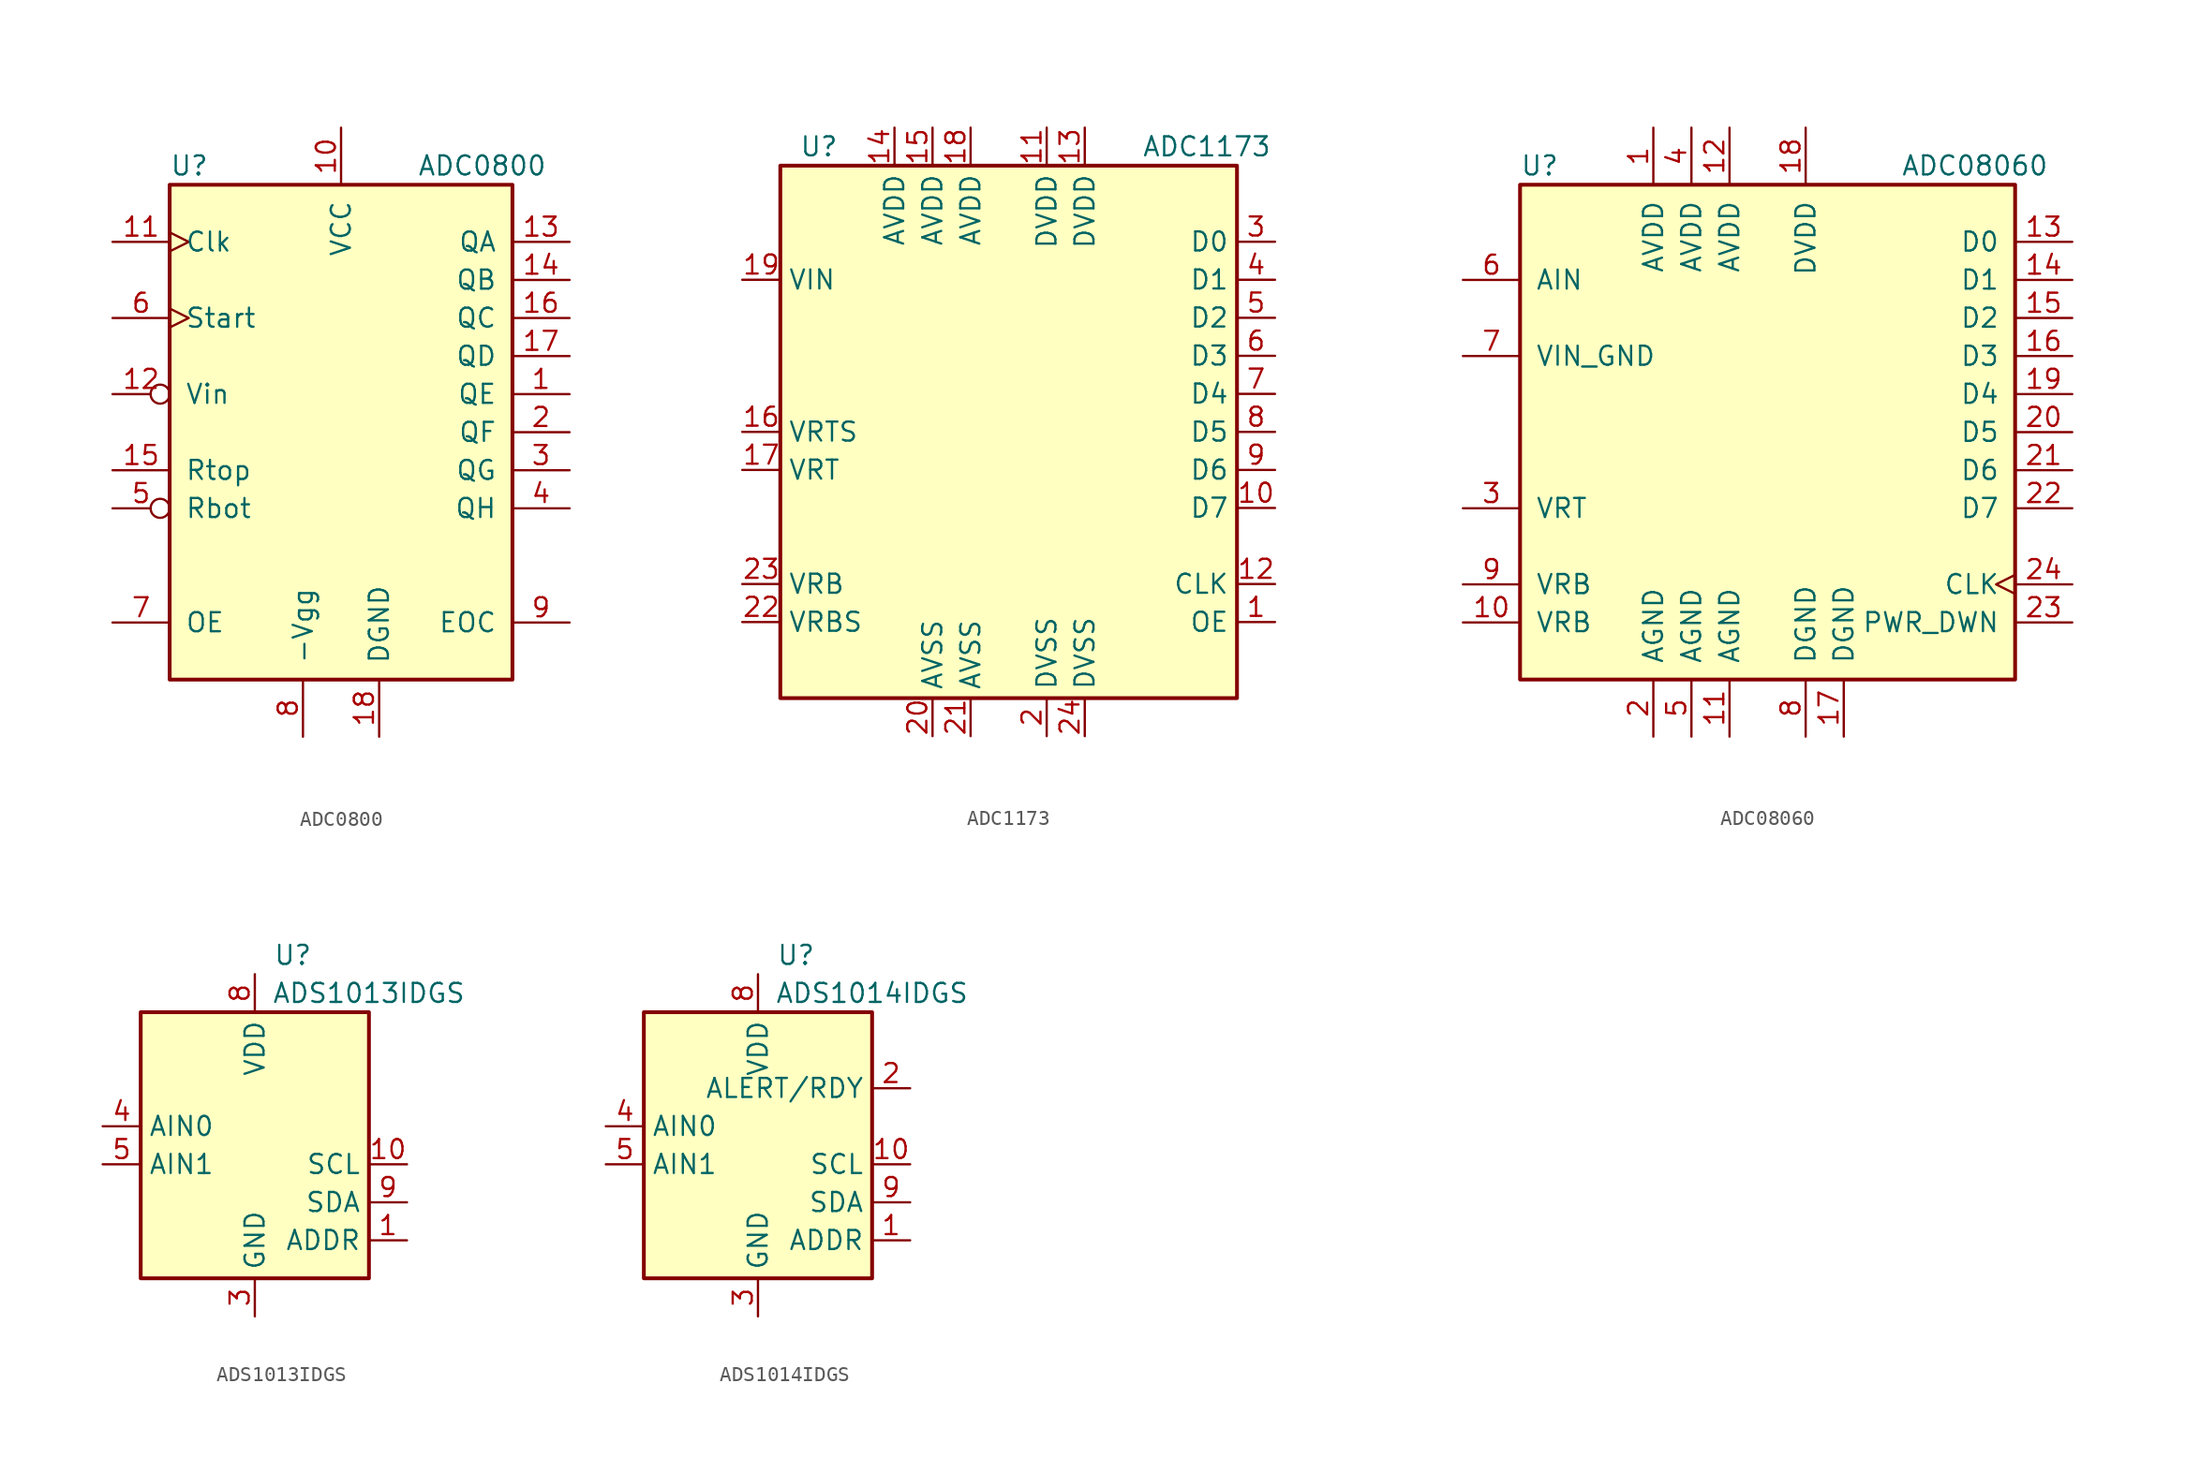
<source format=kicad_sym>
(kicad_symbol_lib
  (version 20201005)
  (generator kicad_symbol_editor)
  (symbol "ADC0800"
    (pin_names
      (offset 1.016))
    (property "Reference" "U"
      (at -11.43 17.78 0)
      (effects (font (size 1.27 1.27)) (justify left)))
    (property "Value" "ADC0800"
      (at 5.08 17.78 0)
      (effects (font (size 1.27 1.27)) (justify left)))
    (symbol "ADC0800_0_1"
      (rectangle (start -11.43 -16.51) (end 11.43 16.51) (stroke (width 0.254)) (fill (type background))))
    (symbol "ADC0800_1_1"
      (pin tri_state line (at 15.24 2.54 180) (length 3.81) (name "QE" (effects (font (size 1.27 1.27)))) (number "1" (effects (font (size 1.27 1.27)))))
      (pin power_in line (at 0 20.32 270) (length 3.81) (name "VCC" (effects (font (size 1.27 1.27)))) (number "10" (effects (font (size 1.27 1.27)))))
      (pin input clock (at -15.24 12.7 0) (length 3.81) (name "Clk" (effects (font (size 1.27 1.27)))) (number "11" (effects (font (size 1.27 1.27)))))
      (pin input inverted (at -15.24 2.54 0) (length 3.81) (name "Vin" (effects (font (size 1.27 1.27)))) (number "12" (effects (font (size 1.27 1.27)))))
      (pin tri_state line (at 15.24 12.7 180) (length 3.81) (name "QA" (effects (font (size 1.27 1.27)))) (number "13" (effects (font (size 1.27 1.27)))))
      (pin tri_state line (at 15.24 10.16 180) (length 3.81) (name "QB" (effects (font (size 1.27 1.27)))) (number "14" (effects (font (size 1.27 1.27)))))
      (pin input line (at -15.24 -2.54 0) (length 3.81) (name "Rtop" (effects (font (size 1.27 1.27)))) (number "15" (effects (font (size 1.27 1.27)))))
      (pin tri_state line (at 15.24 7.62 180) (length 3.81) (name "QC" (effects (font (size 1.27 1.27)))) (number "16" (effects (font (size 1.27 1.27)))))
      (pin tri_state line (at 15.24 5.08 180) (length 3.81) (name "QD" (effects (font (size 1.27 1.27)))) (number "17" (effects (font (size 1.27 1.27)))))
      (pin power_in line (at 2.54 -20.32 90) (length 3.81) (name "DGND" (effects (font (size 1.27 1.27)))) (number "18" (effects (font (size 1.27 1.27)))))
      (pin tri_state line (at 15.24 0 180) (length 3.81) (name "QF" (effects (font (size 1.27 1.27)))) (number "2" (effects (font (size 1.27 1.27)))))
      (pin tri_state line (at 15.24 -2.54 180) (length 3.81) (name "QG" (effects (font (size 1.27 1.27)))) (number "3" (effects (font (size 1.27 1.27)))))
      (pin tri_state line (at 15.24 -5.08 180) (length 3.81) (name "QH" (effects (font (size 1.27 1.27)))) (number "4" (effects (font (size 1.27 1.27)))))
      (pin input inverted (at -15.24 -5.08 0) (length 3.81) (name "Rbot" (effects (font (size 1.27 1.27)))) (number "5" (effects (font (size 1.27 1.27)))))
      (pin input clock (at -15.24 7.62 0) (length 3.81) (name "Start" (effects (font (size 1.27 1.27)))) (number "6" (effects (font (size 1.27 1.27)))))
      (pin input line (at -15.24 -12.7 0) (length 3.81) (name "OE" (effects (font (size 1.27 1.27)))) (number "7" (effects (font (size 1.27 1.27)))))
      (pin power_in line (at -2.54 -20.32 90) (length 3.81) (name "-Vgg" (effects (font (size 1.27 1.27)))) (number "8" (effects (font (size 1.27 1.27)))))
      (pin output line (at 15.24 -12.7 180) (length 3.81) (name "EOC" (effects (font (size 1.27 1.27)))) (number "9" (effects (font (size 1.27 1.27)))))))
  (symbol "ADC1173"
    (property "Reference" "U"
      (at -13.97 19.05 0)
      (effects (font (size 1.27 1.27)) (justify left)))
    (property "Value" "ADC1173"
      (at 8.89 19.05 0)
      (effects (font (size 1.27 1.27)) (justify left)))
    (symbol "ADC1173_0_1"
      (rectangle (start -15.24 17.78) (end 15.24 -17.78) (stroke (width 0.254)) (fill (type background))))
    (symbol "ADC1173_1_1"
      (pin input line (at 17.78 -12.7 180) (length 2.54) (name "OE" (effects (font (size 1.27 1.27)))) (number "1" (effects (font (size 1.27 1.27)))))
      (pin tri_state line (at 17.78 -5.08 180) (length 2.54) (name "D7" (effects (font (size 1.27 1.27)))) (number "10" (effects (font (size 1.27 1.27)))))
      (pin power_in line (at 2.54 20.32 270) (length 2.54) (name "DVDD" (effects (font (size 1.27 1.27)))) (number "11" (effects (font (size 1.27 1.27)))))
      (pin input line (at 17.78 -10.16 180) (length 2.54) (name "CLK" (effects (font (size 1.27 1.27)))) (number "12" (effects (font (size 1.27 1.27)))))
      (pin power_in line (at 5.08 20.32 270) (length 2.54) (name "DVDD" (effects (font (size 1.27 1.27)))) (number "13" (effects (font (size 1.27 1.27)))))
      (pin power_in line (at -7.62 20.32 270) (length 2.54) (name "AVDD" (effects (font (size 1.27 1.27)))) (number "14" (effects (font (size 1.27 1.27)))))
      (pin power_in line (at -5.08 20.32 270) (length 2.54) (name "AVDD" (effects (font (size 1.27 1.27)))) (number "15" (effects (font (size 1.27 1.27)))))
      (pin input line (at -17.78 0 0) (length 2.54) (name "VRTS" (effects (font (size 1.27 1.27)))) (number "16" (effects (font (size 1.27 1.27)))))
      (pin input line (at -17.78 -2.54 0) (length 2.54) (name "VRT" (effects (font (size 1.27 1.27)))) (number "17" (effects (font (size 1.27 1.27)))))
      (pin power_in line (at -2.54 20.32 270) (length 2.54) (name "AVDD" (effects (font (size 1.27 1.27)))) (number "18" (effects (font (size 1.27 1.27)))))
      (pin input line (at -17.78 10.16 0) (length 2.54) (name "VIN" (effects (font (size 1.27 1.27)))) (number "19" (effects (font (size 1.27 1.27)))))
      (pin power_in line (at 2.54 -20.32 90) (length 2.54) (name "DVSS" (effects (font (size 1.27 1.27)))) (number "2" (effects (font (size 1.27 1.27)))))
      (pin power_in line (at -5.08 -20.32 90) (length 2.54) (name "AVSS" (effects (font (size 1.27 1.27)))) (number "20" (effects (font (size 1.27 1.27)))))
      (pin power_in line (at -2.54 -20.32 90) (length 2.54) (name "AVSS" (effects (font (size 1.27 1.27)))) (number "21" (effects (font (size 1.27 1.27)))))
      (pin input line (at -17.78 -12.7 0) (length 2.54) (name "VRBS" (effects (font (size 1.27 1.27)))) (number "22" (effects (font (size 1.27 1.27)))))
      (pin input line (at -17.78 -10.16 0) (length 2.54) (name "VRB" (effects (font (size 1.27 1.27)))) (number "23" (effects (font (size 1.27 1.27)))))
      (pin power_in line (at 5.08 -20.32 90) (length 2.54) (name "DVSS" (effects (font (size 1.27 1.27)))) (number "24" (effects (font (size 1.27 1.27)))))
      (pin tri_state line (at 17.78 12.7 180) (length 2.54) (name "D0" (effects (font (size 1.27 1.27)))) (number "3" (effects (font (size 1.27 1.27)))))
      (pin tri_state line (at 17.78 10.16 180) (length 2.54) (name "D1" (effects (font (size 1.27 1.27)))) (number "4" (effects (font (size 1.27 1.27)))))
      (pin tri_state line (at 17.78 7.62 180) (length 2.54) (name "D2" (effects (font (size 1.27 1.27)))) (number "5" (effects (font (size 1.27 1.27)))))
      (pin tri_state line (at 17.78 5.08 180) (length 2.54) (name "D3" (effects (font (size 1.27 1.27)))) (number "6" (effects (font (size 1.27 1.27)))))
      (pin tri_state line (at 17.78 2.54 180) (length 2.54) (name "D4" (effects (font (size 1.27 1.27)))) (number "7" (effects (font (size 1.27 1.27)))))
      (pin tri_state line (at 17.78 0 180) (length 2.54) (name "D5" (effects (font (size 1.27 1.27)))) (number "8" (effects (font (size 1.27 1.27)))))
      (pin tri_state line (at 17.78 -2.54 180) (length 2.54) (name "D6" (effects (font (size 1.27 1.27)))) (number "9" (effects (font (size 1.27 1.27)))))))
  (symbol "ADC08060"
    (pin_names
      (offset 1.016))
    (property "Reference" "U"
      (at -16.51 17.78 0)
      (effects (font (size 1.27 1.27)) (justify left)))
    (property "Value" "ADC08060"
      (at 8.89 17.78 0)
      (effects (font (size 1.27 1.27)) (justify left)))
    (symbol "ADC08060_0_1"
      (rectangle (start -16.51 16.51) (end 16.51 -16.51) (stroke (width 0.254)) (fill (type background))))
    (symbol "ADC08060_1_1"
      (pin power_in line (at -7.62 20.32 270) (length 3.81) (name "AVDD" (effects (font (size 1.27 1.27)))) (number "1" (effects (font (size 1.27 1.27)))))
      (pin input line (at -20.32 -12.7 0) (length 3.81) (name "VRB" (effects (font (size 1.27 1.27)))) (number "10" (effects (font (size 1.27 1.27)))))
      (pin power_in line (at -2.54 -20.32 90) (length 3.81) (name "AGND" (effects (font (size 1.27 1.27)))) (number "11" (effects (font (size 1.27 1.27)))))
      (pin power_in line (at -2.54 20.32 270) (length 3.81) (name "AVDD" (effects (font (size 1.27 1.27)))) (number "12" (effects (font (size 1.27 1.27)))))
      (pin tri_state line (at 20.32 12.7 180) (length 3.81) (name "D0" (effects (font (size 1.27 1.27)))) (number "13" (effects (font (size 1.27 1.27)))))
      (pin tri_state line (at 20.32 10.16 180) (length 3.81) (name "D1" (effects (font (size 1.27 1.27)))) (number "14" (effects (font (size 1.27 1.27)))))
      (pin tri_state line (at 20.32 7.62 180) (length 3.81) (name "D2" (effects (font (size 1.27 1.27)))) (number "15" (effects (font (size 1.27 1.27)))))
      (pin tri_state line (at 20.32 5.08 180) (length 3.81) (name "D3" (effects (font (size 1.27 1.27)))) (number "16" (effects (font (size 1.27 1.27)))))
      (pin power_in line (at 5.08 -20.32 90) (length 3.81) (name "DGND" (effects (font (size 1.27 1.27)))) (number "17" (effects (font (size 1.27 1.27)))))
      (pin power_in line (at 2.54 20.32 270) (length 3.81) (name "DVDD" (effects (font (size 1.27 1.27)))) (number "18" (effects (font (size 1.27 1.27)))))
      (pin tri_state line (at 20.32 2.54 180) (length 3.81) (name "D4" (effects (font (size 1.27 1.27)))) (number "19" (effects (font (size 1.27 1.27)))))
      (pin power_in line (at -7.62 -20.32 90) (length 3.81) (name "AGND" (effects (font (size 1.27 1.27)))) (number "2" (effects (font (size 1.27 1.27)))))
      (pin tri_state line (at 20.32 0 180) (length 3.81) (name "D5" (effects (font (size 1.27 1.27)))) (number "20" (effects (font (size 1.27 1.27)))))
      (pin tri_state line (at 20.32 -2.54 180) (length 3.81) (name "D6" (effects (font (size 1.27 1.27)))) (number "21" (effects (font (size 1.27 1.27)))))
      (pin tri_state line (at 20.32 -5.08 180) (length 3.81) (name "D7" (effects (font (size 1.27 1.27)))) (number "22" (effects (font (size 1.27 1.27)))))
      (pin input line (at 20.32 -12.7 180) (length 3.81) (name "PWR_DWN" (effects (font (size 1.27 1.27)))) (number "23" (effects (font (size 1.27 1.27)))))
      (pin input clock (at 20.32 -10.16 180) (length 3.81) (name "CLK" (effects (font (size 1.27 1.27)))) (number "24" (effects (font (size 1.27 1.27)))))
      (pin input line (at -20.32 -5.08 0) (length 3.81) (name "VRT" (effects (font (size 1.27 1.27)))) (number "3" (effects (font (size 1.27 1.27)))))
      (pin power_in line (at -5.08 20.32 270) (length 3.81) (name "AVDD" (effects (font (size 1.27 1.27)))) (number "4" (effects (font (size 1.27 1.27)))))
      (pin power_in line (at -5.08 -20.32 90) (length 3.81) (name "AGND" (effects (font (size 1.27 1.27)))) (number "5" (effects (font (size 1.27 1.27)))))
      (pin input line (at -20.32 10.16 0) (length 3.81) (name "AIN" (effects (font (size 1.27 1.27)))) (number "6" (effects (font (size 1.27 1.27)))))
      (pin input line (at -20.32 5.08 0) (length 3.81) (name "VIN_GND" (effects (font (size 1.27 1.27)))) (number "7" (effects (font (size 1.27 1.27)))))
      (pin power_in line (at 2.54 -20.32 90) (length 3.81) (name "DGND" (effects (font (size 1.27 1.27)))) (number "8" (effects (font (size 1.27 1.27)))))
      (pin input line (at -20.32 -10.16 0) (length 3.81) (name "VRB" (effects (font (size 1.27 1.27)))) (number "9" (effects (font (size 1.27 1.27)))))))
  (symbol "ADS1013IDGS"
    (property "Reference" "U"
      (at 2.54 13.97 0)
      (effects (font (size 1.27 1.27))))
    (property "Value" "ADS1013IDGS"
      (at 7.62 11.43 0)
      (effects (font (size 1.27 1.27))))
    (symbol "ADS1013IDGS_0_1"
      (rectangle (start -7.62 10.16) (end 7.62 -7.62) (stroke (width 0.254)) (fill (type background))))
    (symbol "ADS1013IDGS_1_1"
      (pin input line (at 10.16 -5.08 180) (length 2.54) (name "ADDR" (effects (font (size 1.27 1.27)))) (number "1" (effects (font (size 1.27 1.27)))))
      (pin input line (at 10.16 0 180) (length 2.54) (name "SCL" (effects (font (size 1.27 1.27)))) (number "10" (effects (font (size 1.27 1.27)))))
      (pin no_connect line (at 7.62 7.62 180) (length 2.54) hide (name "~" (effects (font (size 1.27 1.27)))) (number "2" (effects (font (size 1.27 1.27)))))
      (pin power_in line (at 0 -10.16 90) (length 2.54) (name "GND" (effects (font (size 1.27 1.27)))) (number "3" (effects (font (size 1.27 1.27)))))
      (pin input line (at -10.16 2.54 0) (length 2.54) (name "AIN0" (effects (font (size 1.27 1.27)))) (number "4" (effects (font (size 1.27 1.27)))))
      (pin input line (at -10.16 0 0) (length 2.54) (name "AIN1" (effects (font (size 1.27 1.27)))) (number "5" (effects (font (size 1.27 1.27)))))
      (pin no_connect line (at 7.62 5.08 180) (length 2.54) hide (name "~" (effects (font (size 1.27 1.27)))) (number "6" (effects (font (size 1.27 1.27)))))
      (pin no_connect line (at 7.62 2.54 180) (length 2.54) hide (name "~" (effects (font (size 1.27 1.27)))) (number "7" (effects (font (size 1.27 1.27)))))
      (pin power_in line (at 0 12.7 270) (length 2.54) (name "VDD" (effects (font (size 1.27 1.27)))) (number "8" (effects (font (size 1.27 1.27)))))
      (pin bidirectional line (at 10.16 -2.54 180) (length 2.54) (name "SDA" (effects (font (size 1.27 1.27)))) (number "9" (effects (font (size 1.27 1.27)))))))
  (symbol "ADS1014IDGS"
    (property "Reference" "U"
      (at 2.54 13.97 0)
      (effects (font (size 1.27 1.27))))
    (property "Value" "ADS1014IDGS"
      (at 7.62 11.43 0)
      (effects (font (size 1.27 1.27))))
    (symbol "ADS1014IDGS_0_1"
      (rectangle (start -7.62 10.16) (end 7.62 -7.62) (stroke (width 0.254)) (fill (type background))))
    (symbol "ADS1014IDGS_1_1"
      (pin input line (at 10.16 -5.08 180) (length 2.54) (name "ADDR" (effects (font (size 1.27 1.27)))) (number "1" (effects (font (size 1.27 1.27)))))
      (pin input line (at 10.16 0 180) (length 2.54) (name "SCL" (effects (font (size 1.27 1.27)))) (number "10" (effects (font (size 1.27 1.27)))))
      (pin output line (at 10.16 5.08 180) (length 2.54) (name "ALERT/RDY" (effects (font (size 1.27 1.27)))) (number "2" (effects (font (size 1.27 1.27)))))
      (pin power_in line (at 0 -10.16 90) (length 2.54) (name "GND" (effects (font (size 1.27 1.27)))) (number "3" (effects (font (size 1.27 1.27)))))
      (pin input line (at -10.16 2.54 0) (length 2.54) (name "AIN0" (effects (font (size 1.27 1.27)))) (number "4" (effects (font (size 1.27 1.27)))))
      (pin input line (at -10.16 0 0) (length 2.54) (name "AIN1" (effects (font (size 1.27 1.27)))) (number "5" (effects (font (size 1.27 1.27)))))
      (pin no_connect line (at -7.62 7.62 0) (length 2.54) hide (name "~" (effects (font (size 1.27 1.27)))) (number "6" (effects (font (size 1.27 1.27)))))
      (pin no_connect line (at -7.62 5.08 0) (length 2.54) hide (name "~" (effects (font (size 1.27 1.27)))) (number "7" (effects (font (size 1.27 1.27)))))
      (pin power_in line (at 0 12.7 270) (length 2.54) (name "VDD" (effects (font (size 1.27 1.27)))) (number "8" (effects (font (size 1.27 1.27)))))
      (pin bidirectional line (at 10.16 -2.54 180) (length 2.54) (name "SDA" (effects (font (size 1.27 1.27)))) (number "9" (effects (font (size 1.27 1.27))))))))
</source>
